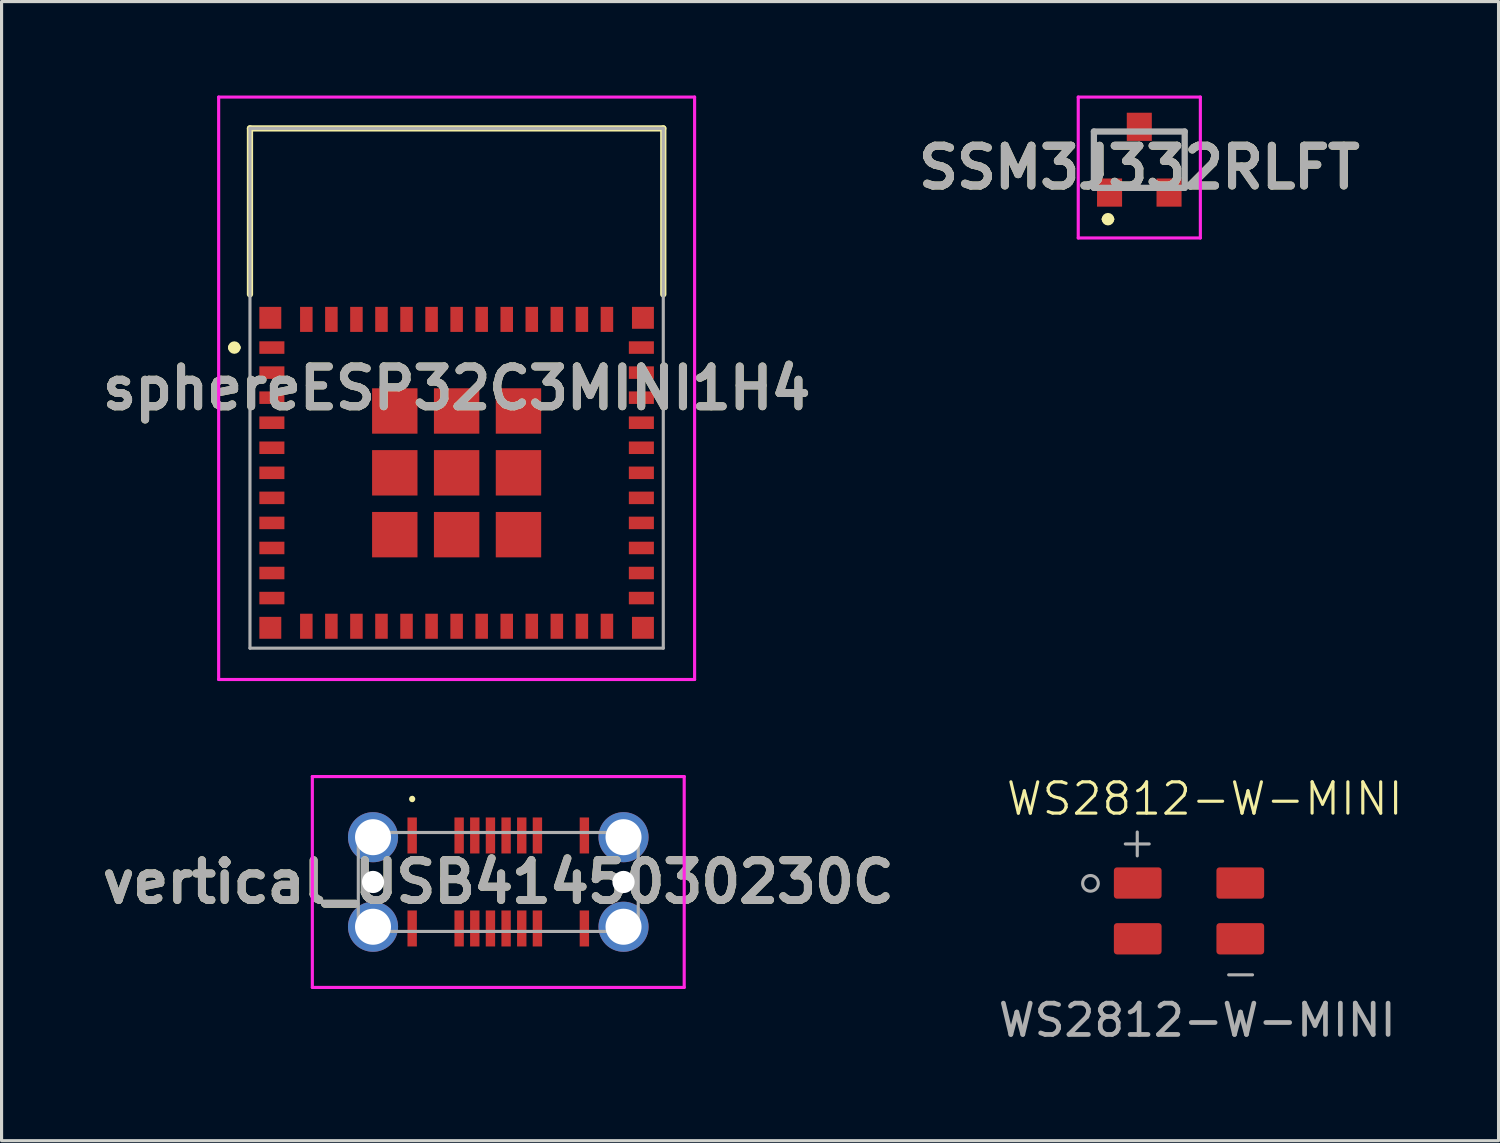
<source format=kicad_pcb>
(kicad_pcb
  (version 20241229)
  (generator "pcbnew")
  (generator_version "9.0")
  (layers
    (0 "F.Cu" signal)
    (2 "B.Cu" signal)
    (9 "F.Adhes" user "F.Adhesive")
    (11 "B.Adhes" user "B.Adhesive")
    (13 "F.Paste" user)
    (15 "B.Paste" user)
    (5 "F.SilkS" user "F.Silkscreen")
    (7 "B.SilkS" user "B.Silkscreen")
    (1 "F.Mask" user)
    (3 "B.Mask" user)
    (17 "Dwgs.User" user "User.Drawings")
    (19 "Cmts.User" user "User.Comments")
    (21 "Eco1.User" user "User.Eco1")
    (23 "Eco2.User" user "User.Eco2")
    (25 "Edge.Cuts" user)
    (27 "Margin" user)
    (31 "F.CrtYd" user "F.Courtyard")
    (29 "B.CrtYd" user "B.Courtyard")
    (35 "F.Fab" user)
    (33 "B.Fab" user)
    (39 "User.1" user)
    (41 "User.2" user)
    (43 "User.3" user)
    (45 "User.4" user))
  (footprint "vertical_USB4145030230C"
    (layer "F.Cu")
    (at 12.863 25.117)
    (property "Reference" "vertical_USB4145030230C" (at 0 0 0) (layer "F.SilkS") (effects (font (size 1.27 1.27) (thickness 0.254))))
    (attr through_hole)
    (fp_line (start -2.75 -2.7) (end -2.75 -2.7) (stroke (width 0.1) (type solid)) (layer "F.SilkS"))
    (fp_line (start -2.75 -2.6) (end -2.75 -2.6) (stroke (width 0.1) (type solid)) (layer "F.SilkS"))
    (fp_arc (start -2.75 -2.7) (mid -2.7 -2.65) (end -2.75 -2.6) (stroke (width 0.1) (type solid)) (layer "F.SilkS"))
    (fp_arc (start -2.75 -2.6) (mid -2.8 -2.65) (end -2.75 -2.7) (stroke (width 0.1) (type solid)) (layer "F.SilkS"))
    (fp_line (start -5.938 -3.367) (end 5.938 -3.367) (stroke (width 0.1) (type solid)) (layer "F.CrtYd"))
    (fp_line (start -5.938 3.367) (end -5.938 -3.367) (stroke (width 0.1) (type solid)) (layer "F.CrtYd"))
    (fp_line (start 5.938 -3.367) (end 5.938 3.367) (stroke (width 0.1) (type solid)) (layer "F.CrtYd"))
    (fp_line (start 5.938 3.367) (end -5.938 3.367) (stroke (width 0.1) (type solid)) (layer "F.CrtYd"))
    (fp_line (start -4.47 -1.58) (end 4.47 -1.58) (stroke (width 0.1) (type solid)) (layer "F.Fab"))
    (fp_line (start -4.47 1.58) (end -4.47 -1.58) (stroke (width 0.1) (type solid)) (layer "F.Fab"))
    (fp_line (start 4.47 -1.58) (end 4.47 1.58) (stroke (width 0.1) (type solid)) (layer "F.Fab"))
    (fp_line (start 4.47 1.58) (end -4.47 1.58) (stroke (width 0.1) (type solid)) (layer "F.Fab"))
    (fp_text user "${REFERENCE}" (at 0 0 0) (layer "F.Fab") (effects (font (size 1.27 1.27) (thickness 0.254))))
    (pad "" np_thru_hole circle (at -4 0) (size 0.71 0.71) (drill 0.71) (layers "*.Cu" "*.Mask"))
    (pad "" np_thru_hole circle (at 4 0) (size 0.71 0.71) (drill 0.71) (layers "*.Cu" "*.Mask"))
    (pad "A1" smd rect (at -2.75 -1.485) (size 0.3 1.15) (layers "F.Cu" "F.Mask" "F.Paste"))
    (pad "A4" smd rect (at -1.25 -1.485) (size 0.3 1.15) (layers "F.Cu" "F.Mask" "F.Paste"))
    (pad "A5" smd rect (at -0.75 -1.485) (size 0.3 1.15) (layers "F.Cu" "F.Mask" "F.Paste"))
    (pad "A6" smd rect (at -0.25 -1.485) (size 0.3 1.15) (layers "F.Cu" "F.Mask" "F.Paste"))
    (pad "A7" smd rect (at 0.25 -1.485) (size 0.3 1.15) (layers "F.Cu" "F.Mask" "F.Paste"))
    (pad "A8" smd rect (at 0.75 -1.485) (size 0.3 1.15) (layers "F.Cu" "F.Mask" "F.Paste"))
    (pad "A9" smd rect (at 1.25 -1.485) (size 0.3 1.15) (layers "F.Cu" "F.Mask" "F.Paste"))
    (pad "A12" smd rect (at 2.75 -1.485) (size 0.3 1.15) (layers "F.Cu" "F.Mask" "F.Paste"))
    (pad "B1" smd rect (at 2.75 1.485) (size 0.3 1.15) (layers "F.Cu" "F.Mask" "F.Paste"))
    (pad "B4" smd rect (at 1.25 1.485) (size 0.3 1.15) (layers "F.Cu" "F.Mask" "F.Paste"))
    (pad "B5" smd rect (at 0.75 1.485) (size 0.3 1.15) (layers "F.Cu" "F.Mask" "F.Paste"))
    (pad "B6" smd rect (at 0.25 1.485) (size 0.3 1.15) (layers "F.Cu" "F.Mask" "F.Paste"))
    (pad "B7" smd rect (at -0.25 1.485) (size 0.3 1.15) (layers "F.Cu" "F.Mask" "F.Paste"))
    (pad "B8" smd rect (at -0.75 1.485) (size 0.3 1.15) (layers "F.Cu" "F.Mask" "F.Paste"))
    (pad "B9" smd rect (at -1.25 1.485) (size 0.3 1.15) (layers "F.Cu" "F.Mask" "F.Paste"))
    (pad "B12" smd rect (at -2.75 1.485) (size 0.3 1.15) (layers "F.Cu" "F.Mask" "F.Paste"))
    (pad "MH1" thru_hole circle (at -4 -1.43) (size 1.6 1.6) (drill 1.15) (layers "*.Cu" "*.Mask"))
    (pad "MH2" thru_hole circle (at 4 -1.43) (size 1.6 1.6) (drill 1.15) (layers "*.Cu" "*.Mask"))
    (pad "MH3" thru_hole circle (at -4 1.43) (size 1.6 1.6) (drill 1.15) (layers "*.Cu" "*.Mask"))
    (pad "MH4" thru_hole circle (at 4 1.43) (size 1.6 1.6) (drill 1.15) (layers "*.Cu" "*.Mask")))
  (footprint "WS2812-W-MINI"
    (layer "F.Cu")
    (at 33.285 25.151)
    (property "Reference" "WS2812-W-MINI" (at 2.14 -2.69 0) (unlocked yes) (layer "F.SilkS") (effects (font (size 1 1) (thickness 0.1))))
    (attr smd)
    (fp_circle (center -1.51 0.01) (end -1.26 0.01) (stroke (width 0.1) (type solid)) (fill no) (layer "F.Fab"))
    (fp_text user "+" (at -0.7 -0.74 0) (unlocked yes) (layer "F.Fab") (effects (font (size 1 1) (thickness 0.1)) (justify left bottom)))
    (fp_text user "${REFERENCE}" (at 1.9 4.38 0) (unlocked yes) (layer "F.Fab") (effects (font (size 1 1) (thickness 0.15))))
    (fp_text user "-" (at 2.6 3.44 0) (unlocked yes) (layer "F.Fab") (effects (font (size 1 1) (thickness 0.1)) (justify left bottom)))
    (pad "1" smd roundrect (at 0 0) (size 1.524 1) (layers "F.Cu" "F.Mask" "F.Paste") (roundrect_rratio 0.1))
    (pad "2" smd roundrect (at 0 1.78) (size 1.524 1) (layers "F.Cu" "F.Mask" "F.Paste") (roundrect_rratio 0.1))
    (pad "3" smd roundrect (at 3.275 1.78) (size 1.524 1) (layers "F.Cu" "F.Mask" "F.Paste") (roundrect_rratio 0.1))
    (pad "4" smd roundrect (at 3.275 0) (size 1.524 1) (layers "F.Cu" "F.Mask" "F.Paste") (roundrect_rratio 0.1)))
  (footprint "sphereESP32C3MINI1H4"
    (layer "F.Cu")
    (at 11.533 12.05)
    (property "Reference" "sphereESP32C3MINI1H4" (at 0 -2.7 0) (layer "F.SilkS") (effects (font (size 1.27 1.27) (thickness 0.254))))
    (attr smd)
    (fp_line (start -7.2 -4) (end -7.2 -4) (stroke (width 0.2) (type solid)) (layer "F.SilkS"))
    (fp_line (start -7 -4) (end -7 -4) (stroke (width 0.2) (type solid)) (layer "F.SilkS"))
    (fp_line (start -6.6 -11) (end 6.6 -11) (stroke (width 0.2) (type solid)) (layer "F.SilkS"))
    (fp_line (start -6.6 -5.7) (end -6.6 -11) (stroke (width 0.2) (type solid)) (layer "F.SilkS"))
    (fp_line (start 6.6 -11) (end 6.6 -5.7) (stroke (width 0.2) (type solid)) (layer "F.SilkS"))
    (fp_arc (start -7.2 -4) (mid -7.1 -4.1) (end -7 -4) (stroke (width 0.2) (type solid)) (layer "F.SilkS"))
    (fp_arc (start -7 -4) (mid -7.1 -3.9) (end -7.2 -4) (stroke (width 0.2) (type solid)) (layer "F.SilkS"))
    (fp_line (start -7.6 -12) (end 7.6 -12) (stroke (width 0.1) (type solid)) (layer "F.CrtYd"))
    (fp_line (start -7.6 6.6) (end -7.6 -12) (stroke (width 0.1) (type solid)) (layer "F.CrtYd"))
    (fp_line (start 7.6 -12) (end 7.6 6.6) (stroke (width 0.1) (type solid)) (layer "F.CrtYd"))
    (fp_line (start 7.6 6.6) (end -7.6 6.6) (stroke (width 0.1) (type solid)) (layer "F.CrtYd"))
    (fp_line (start -6.6 -11) (end 6.6 -11) (stroke (width 0.1) (type solid)) (layer "F.Fab"))
    (fp_line (start -6.6 5.6) (end -6.6 -11) (stroke (width 0.1) (type solid)) (layer "F.Fab"))
    (fp_line (start 6.6 -11) (end 6.6 5.6) (stroke (width 0.1) (type solid)) (layer "F.Fab"))
    (fp_line (start 6.6 5.6) (end -6.6 5.6) (stroke (width 0.1) (type solid)) (layer "F.Fab"))
    (fp_text user "${REFERENCE}" (at 0 -2.7 0) (layer "F.Fab") (effects (font (size 1.27 1.27) (thickness 0.254))))
    (pad "1" smd rect (at -5.9 -4 90) (size 0.4 0.8) (layers "F.Cu" "F.Mask" "F.Paste"))
    (pad "2" smd rect (at -5.9 -3.2 90) (size 0.4 0.8) (layers "F.Cu" "F.Mask" "F.Paste"))
    (pad "3" smd rect (at -5.9 -2.4 90) (size 0.4 0.8) (layers "F.Cu" "F.Mask" "F.Paste"))
    (pad "4" smd rect (at -5.9 -1.6 90) (size 0.4 0.8) (layers "F.Cu" "F.Mask" "F.Paste"))
    (pad "5" smd rect (at -5.9 -0.8 90) (size 0.4 0.8) (layers "F.Cu" "F.Mask" "F.Paste"))
    (pad "6" smd rect (at -5.9 0 90) (size 0.4 0.8) (layers "F.Cu" "F.Mask" "F.Paste"))
    (pad "7" smd rect (at -5.9 0.8 90) (size 0.4 0.8) (layers "F.Cu" "F.Mask" "F.Paste"))
    (pad "8" smd rect (at -5.9 1.6 90) (size 0.4 0.8) (layers "F.Cu" "F.Mask" "F.Paste"))
    (pad "9" smd rect (at -5.9 2.4 90) (size 0.4 0.8) (layers "F.Cu" "F.Mask" "F.Paste"))
    (pad "10" smd rect (at -5.9 3.2 90) (size 0.4 0.8) (layers "F.Cu" "F.Mask" "F.Paste"))
    (pad "11" smd rect (at -5.9 4 90) (size 0.4 0.8) (layers "F.Cu" "F.Mask" "F.Paste"))
    (pad "12" smd rect (at -4.8 4.9) (size 0.4 0.8) (layers "F.Cu" "F.Mask" "F.Paste"))
    (pad "13" smd rect (at -4 4.9) (size 0.4 0.8) (layers "F.Cu" "F.Mask" "F.Paste"))
    (pad "14" smd rect (at -3.2 4.9) (size 0.4 0.8) (layers "F.Cu" "F.Mask" "F.Paste"))
    (pad "15" smd rect (at -2.4 4.9) (size 0.4 0.8) (layers "F.Cu" "F.Mask" "F.Paste"))
    (pad "16" smd rect (at -1.6 4.9) (size 0.4 0.8) (layers "F.Cu" "F.Mask" "F.Paste"))
    (pad "17" smd rect (at -0.8 4.9) (size 0.4 0.8) (layers "F.Cu" "F.Mask" "F.Paste"))
    (pad "18" smd rect (at 0 4.9) (size 0.4 0.8) (layers "F.Cu" "F.Mask" "F.Paste"))
    (pad "19" smd rect (at 0.8 4.9) (size 0.4 0.8) (layers "F.Cu" "F.Mask" "F.Paste"))
    (pad "20" smd rect (at 1.6 4.9) (size 0.4 0.8) (layers "F.Cu" "F.Mask" "F.Paste"))
    (pad "21" smd rect (at 2.4 4.9) (size 0.4 0.8) (layers "F.Cu" "F.Mask" "F.Paste"))
    (pad "22" smd rect (at 3.2 4.9) (size 0.4 0.8) (layers "F.Cu" "F.Mask" "F.Paste"))
    (pad "23" smd rect (at 4 4.9) (size 0.4 0.8) (layers "F.Cu" "F.Mask" "F.Paste"))
    (pad "24" smd rect (at 4.8 4.9) (size 0.4 0.8) (layers "F.Cu" "F.Mask" "F.Paste"))
    (pad "25" smd rect (at 5.9 4 90) (size 0.4 0.8) (layers "F.Cu" "F.Mask" "F.Paste"))
    (pad "26" smd rect (at 5.9 3.2 90) (size 0.4 0.8) (layers "F.Cu" "F.Mask" "F.Paste"))
    (pad "27" smd rect (at 5.9 2.4 90) (size 0.4 0.8) (layers "F.Cu" "F.Mask" "F.Paste"))
    (pad "28" smd rect (at 5.9 1.6 90) (size 0.4 0.8) (layers "F.Cu" "F.Mask" "F.Paste"))
    (pad "29" smd rect (at 5.9 0.8 90) (size 0.4 0.8) (layers "F.Cu" "F.Mask" "F.Paste"))
    (pad "30" smd rect (at 5.9 0 90) (size 0.4 0.8) (layers "F.Cu" "F.Mask" "F.Paste"))
    (pad "31" smd rect (at 5.9 -0.8 90) (size 0.4 0.8) (layers "F.Cu" "F.Mask" "F.Paste"))
    (pad "32" smd rect (at 5.9 -1.6 90) (size 0.4 0.8) (layers "F.Cu" "F.Mask" "F.Paste"))
    (pad "33" smd rect (at 5.9 -2.4 90) (size 0.4 0.8) (layers "F.Cu" "F.Mask" "F.Paste"))
    (pad "34" smd rect (at 5.9 -3.2 90) (size 0.4 0.8) (layers "F.Cu" "F.Mask" "F.Paste"))
    (pad "35" smd rect (at 5.9 -4 90) (size 0.4 0.8) (layers "F.Cu" "F.Mask" "F.Paste"))
    (pad "36" smd rect (at 4.8 -4.9) (size 0.4 0.8) (layers "F.Cu" "F.Mask" "F.Paste"))
    (pad "37" smd rect (at 4 -4.9) (size 0.4 0.8) (layers "F.Cu" "F.Mask" "F.Paste"))
    (pad "38" smd rect (at 3.2 -4.9) (size 0.4 0.8) (layers "F.Cu" "F.Mask" "F.Paste"))
    (pad "39" smd rect (at 2.4 -4.9) (size 0.4 0.8) (layers "F.Cu" "F.Mask" "F.Paste"))
    (pad "40" smd rect (at 1.6 -4.9) (size 0.4 0.8) (layers "F.Cu" "F.Mask" "F.Paste"))
    (pad "41" smd rect (at 0.8 -4.9) (size 0.4 0.8) (layers "F.Cu" "F.Mask" "F.Paste"))
    (pad "42" smd rect (at 0 -4.9) (size 0.4 0.8) (layers "F.Cu" "F.Mask" "F.Paste"))
    (pad "43" smd rect (at -0.8 -4.9) (size 0.4 0.8) (layers "F.Cu" "F.Mask" "F.Paste"))
    (pad "44" smd rect (at -1.6 -4.9) (size 0.4 0.8) (layers "F.Cu" "F.Mask" "F.Paste"))
    (pad "45" smd rect (at -2.4 -4.9) (size 0.4 0.8) (layers "F.Cu" "F.Mask" "F.Paste"))
    (pad "46" smd rect (at -3.2 -4.9) (size 0.4 0.8) (layers "F.Cu" "F.Mask" "F.Paste"))
    (pad "47" smd rect (at -4 -4.9) (size 0.4 0.8) (layers "F.Cu" "F.Mask" "F.Paste"))
    (pad "48" smd rect (at -4.8 -4.9) (size 0.4 0.8) (layers "F.Cu" "F.Mask" "F.Paste"))
    (pad "49" smd rect (at 0 0) (size 1.45 1.45) (layers "F.Cu" "F.Mask" "F.Paste"))
    (pad "50" smd rect (at 1.975 -1.975) (size 1.45 1.45) (layers "F.Cu" "F.Mask" "F.Paste"))
    (pad "51" smd rect (at 0 -1.975) (size 1.45 1.45) (layers "F.Cu" "F.Mask" "F.Paste"))
    (pad "52" smd rect (at -1.975 -1.975) (size 1.45 1.45) (layers "F.Cu" "F.Mask" "F.Paste"))
    (pad "53" smd rect (at -1.975 0) (size 1.45 1.45) (layers "F.Cu" "F.Mask" "F.Paste"))
    (pad "54" smd rect (at -1.975 1.975) (size 1.45 1.45) (layers "F.Cu" "F.Mask" "F.Paste"))
    (pad "55" smd rect (at 0 1.975) (size 1.45 1.45) (layers "F.Cu" "F.Mask" "F.Paste"))
    (pad "56" smd rect (at 1.975 1.975) (size 1.45 1.45) (layers "F.Cu" "F.Mask" "F.Paste"))
    (pad "57" smd rect (at 1.975 0) (size 1.45 1.45) (layers "F.Cu" "F.Mask" "F.Paste"))
    (pad "58" smd rect (at -5.95 -4.95) (size 0.7 0.7) (layers "F.Cu" "F.Mask" "F.Paste"))
    (pad "59" smd rect (at -5.95 4.95) (size 0.7 0.7) (layers "F.Cu" "F.Mask" "F.Paste"))
    (pad "60" smd rect (at 5.95 4.95) (size 0.7 0.7) (layers "F.Cu" "F.Mask" "F.Paste"))
    (pad "61" smd rect (at 5.95 -4.95) (size 0.7 0.7) (layers "F.Cu" "F.Mask" "F.Paste")))
  (footprint "SSM3J332RLFT"
    (layer "F.Cu")
    (at 33.335 2.05)
    (property "Reference" "SSM3J332RLFT" (at 0 0.25 0) (layer "F.SilkS") (effects (font (size 1.27 1.27) (thickness 0.254))))
    (attr smd)
    (fp_line (start -1.45 -0.9) (end -1.45 0.5) (stroke (width 0.1) (type solid)) (layer "F.SilkS"))
    (fp_line (start -1.1 1.9) (end -1.1 1.9) (stroke (width 0.2) (type solid)) (layer "F.SilkS"))
    (fp_line (start -1 -0.9) (end -1.45 -0.9) (stroke (width 0.1) (type solid)) (layer "F.SilkS"))
    (fp_line (start -0.9 1.9) (end -0.9 1.9) (stroke (width 0.2) (type solid)) (layer "F.SilkS"))
    (fp_line (start -0.4 0.9) (end 0.4 0.9) (stroke (width 0.1) (type solid)) (layer "F.SilkS"))
    (fp_line (start 1 -0.9) (end 1.45 -0.9) (stroke (width 0.1) (type solid)) (layer "F.SilkS"))
    (fp_line (start 1.45 -0.9) (end 1.45 0.5) (stroke (width 0.1) (type solid)) (layer "F.SilkS"))
    (fp_arc (start -1.1 1.9) (mid -1 1.8) (end -0.9 1.9) (stroke (width 0.2) (type solid)) (layer "F.SilkS"))
    (fp_arc (start -0.9 1.9) (mid -1 2) (end -1.1 1.9) (stroke (width 0.2) (type solid)) (layer "F.SilkS"))
    (fp_line (start -1.95 -2) (end 1.95 -2) (stroke (width 0.1) (type solid)) (layer "F.CrtYd"))
    (fp_line (start -1.95 2.5) (end -1.95 -2) (stroke (width 0.1) (type solid)) (layer "F.CrtYd"))
    (fp_line (start 1.95 -2) (end 1.95 2.5) (stroke (width 0.1) (type solid)) (layer "F.CrtYd"))
    (fp_line (start 1.95 2.5) (end -1.95 2.5) (stroke (width 0.1) (type solid)) (layer "F.CrtYd"))
    (fp_line (start -1.45 -0.9) (end 1.45 -0.9) (stroke (width 0.2) (type solid)) (layer "F.Fab"))
    (fp_line (start -1.45 0.9) (end -1.45 -0.9) (stroke (width 0.2) (type solid)) (layer "F.Fab"))
    (fp_line (start 1.45 -0.9) (end 1.45 0.9) (stroke (width 0.2) (type solid)) (layer "F.Fab"))
    (fp_line (start 1.45 0.9) (end -1.45 0.9) (stroke (width 0.2) (type solid)) (layer "F.Fab"))
    (fp_text user "${REFERENCE}" (at 0 0.25 0) (layer "F.Fab") (effects (font (size 1.27 1.27) (thickness 0.254))))
    (pad "1" smd rect (at -0.95 1.05) (size 0.8 0.9) (layers "F.Cu" "F.Mask" "F.Paste"))
    (pad "2" smd rect (at 0.95 1.05) (size 0.8 0.9) (layers "F.Cu" "F.Mask" "F.Paste"))
    (pad "3" smd rect (at 0 -1.05) (size 0.8 0.9) (layers "F.Cu" "F.Mask" "F.Paste")))
  (gr_rect
    (start -3 -3)
    (end 44.808 33.379)
    (stroke (width 0.1) (type default))
    (fill no)
    (layer "Edge.Cuts")))
</source>
